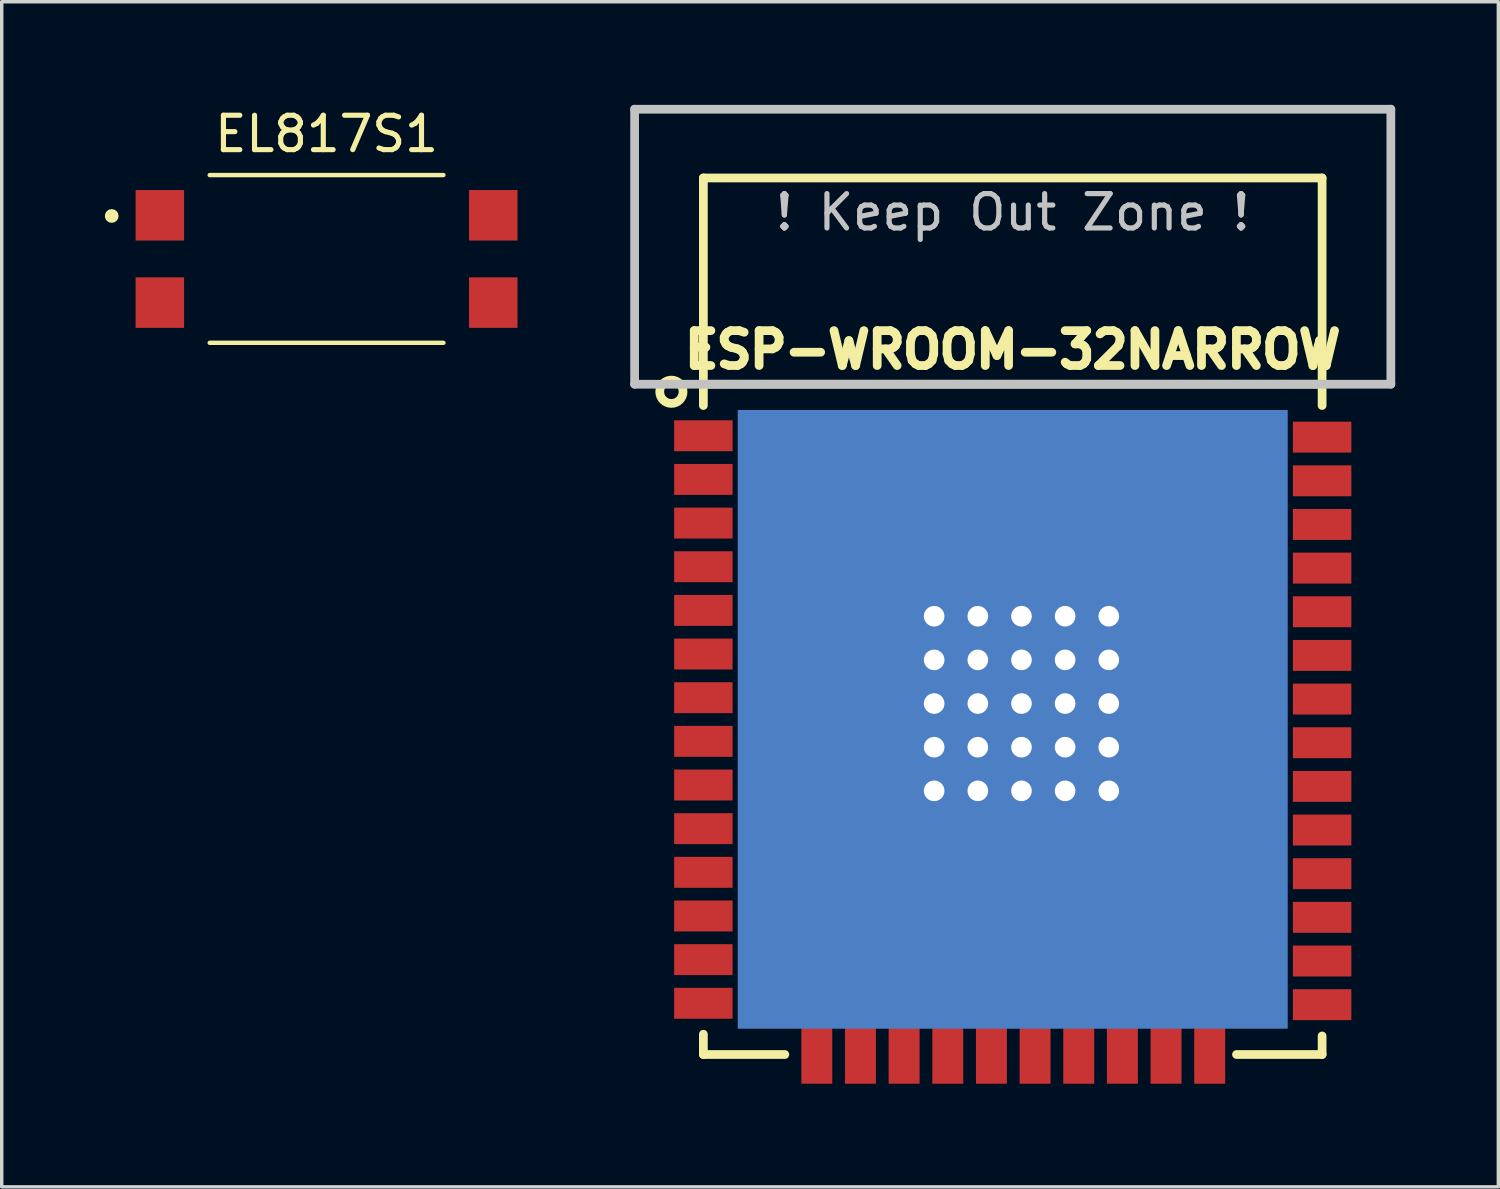
<source format=kicad_pcb>
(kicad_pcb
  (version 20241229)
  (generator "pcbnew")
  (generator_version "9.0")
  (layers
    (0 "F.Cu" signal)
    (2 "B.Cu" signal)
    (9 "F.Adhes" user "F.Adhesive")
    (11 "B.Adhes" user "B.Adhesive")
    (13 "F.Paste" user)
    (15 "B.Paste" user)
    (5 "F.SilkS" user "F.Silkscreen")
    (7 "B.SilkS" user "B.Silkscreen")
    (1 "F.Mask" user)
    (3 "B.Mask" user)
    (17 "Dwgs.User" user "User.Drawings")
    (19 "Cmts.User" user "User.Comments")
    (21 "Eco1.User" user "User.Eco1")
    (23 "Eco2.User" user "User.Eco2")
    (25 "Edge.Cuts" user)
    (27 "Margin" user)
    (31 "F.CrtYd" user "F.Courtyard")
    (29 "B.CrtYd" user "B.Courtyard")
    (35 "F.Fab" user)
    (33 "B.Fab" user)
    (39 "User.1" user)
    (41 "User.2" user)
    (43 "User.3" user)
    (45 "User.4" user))
  (footprint "EL817S1"
    (layer "F.Cu")
    (at 6.45 4.483)
    (property "Reference" "EL817S1" (at 0 -3.635 0) (layer "F.SilkS") (effects (font (size 1 1) (thickness 0.15))))
    (attr smd)
    (fp_line (start -3.4 -2.44) (end 3.4 -2.44) (stroke (width 0.127) (type solid)) (layer "F.SilkS"))
    (fp_line (start 3.4 2.44) (end -3.4 2.44) (stroke (width 0.127) (type solid)) (layer "F.SilkS"))
    (fp_circle (center -6.25 -1.25) (end -6.15 -1.25) (stroke (width 0.2) (type solid)) (fill no) (layer "F.SilkS"))
    (fp_line (start -5.81 -2.69) (end 5.81 -2.69) (stroke (width 0.05) (type solid)) (layer "Eco1.User"))
    (fp_line (start -5.81 2.69) (end -5.81 -2.69) (stroke (width 0.05) (type solid)) (layer "Eco1.User"))
    (fp_line (start 5.81 -2.69) (end 5.81 2.69) (stroke (width 0.05) (type solid)) (layer "Eco1.User"))
    (fp_line (start 5.81 2.69) (end -5.81 2.69) (stroke (width 0.05) (type solid)) (layer "Eco1.User"))
    (fp_line (start -3.4 -2.44) (end -3.4 2.44) (stroke (width 0.127) (type solid)) (layer "Eco2.User"))
    (fp_line (start -3.4 2.44) (end 3.4 2.44) (stroke (width 0.127) (type solid)) (layer "Eco2.User"))
    (fp_line (start 3.4 -2.44) (end -3.4 -2.44) (stroke (width 0.127) (type solid)) (layer "Eco2.User"))
    (fp_line (start 3.4 2.44) (end 3.4 -2.44) (stroke (width 0.127) (type solid)) (layer "Eco2.User"))
    (fp_circle (center -6.25 -1.25) (end -6.15 -1.25) (stroke (width 0.2) (type solid)) (fill no) (layer "Eco2.User"))
    (pad "1" smd rect (at -4.85 -1.27) (size 1.41 1.47) (layers "F.Cu" "F.Mask" "F.Paste"))
    (pad "2" smd rect (at -4.85 1.27) (size 1.41 1.47) (layers "F.Cu" "F.Mask" "F.Paste"))
    (pad "3" smd rect (at 4.85 1.27 180) (size 1.41 1.47) (layers "F.Cu" "F.Mask" "F.Paste"))
    (pad "4" smd rect (at 4.85 -1.27 180) (size 1.41 1.47) (layers "F.Cu" "F.Mask" "F.Paste")))
  (footprint "ESP-WROOM-32NARROW"
    (layer "F.Cu")
    (at 26.412 14.877)
    (property "Reference" "ESP-WROOM-32NARROW" (at 0 -7.75 0) (layer "F.SilkS") (effects (font (size 1.016 1.016) (thickness 0.254))))
    (attr through_hole)
    (fp_line (start -9 -12.75) (end -9 -6.13) (stroke (width 0.254) (type solid)) (layer "F.SilkS"))
    (fp_line (start -9 -12.75) (end 9 -12.75) (stroke (width 0.254) (type solid)) (layer "F.SilkS"))
    (fp_line (start -9 -6.75) (end 9 -6.75) (stroke (width 0.254) (type solid)) (layer "F.SilkS"))
    (fp_line (start -9 12.75) (end -9 12.16) (stroke (width 0.254) (type solid)) (layer "F.SilkS"))
    (fp_line (start -9 12.75) (end -6.63 12.75) (stroke (width 0.254) (type solid)) (layer "F.SilkS"))
    (fp_line (start 9 -12.75) (end 9 -6.13) (stroke (width 0.254) (type solid)) (layer "F.SilkS"))
    (fp_line (start 9 12.75) (end 6.51 12.75) (stroke (width 0.254) (type solid)) (layer "F.SilkS"))
    (fp_line (start 9 12.75) (end 9 12.21) (stroke (width 0.254) (type solid)) (layer "F.SilkS"))
    (fp_circle (center -9.93 -6.53) (end -9.69 -6.77) (stroke (width 0.254) (type solid)) (fill no) (layer "F.SilkS"))
    (fp_line (start -11 -14.75) (end 11 -14.75) (stroke (width 0.254) (type solid)) (layer "Dwgs.User"))
    (fp_line (start -11 -6.75) (end -11 -14.75) (stroke (width 0.254) (type solid)) (layer "Dwgs.User"))
    (fp_line (start -11 -6.75) (end 11 -6.75) (stroke (width 0.254) (type solid)) (layer "Dwgs.User"))
    (fp_line (start 11 -14.75) (end 11 -6.75) (stroke (width 0.254) (type solid)) (layer "Dwgs.User"))
    (fp_text user "! Keep Out Zone !" (at 0 -11.75 0) (layer "Dwgs.User") (effects (font (size 1 1) (thickness 0.15))))
    (pad "" smd rect (at -0.999 1.066) (size 1.4 1.4) (layers "F.Paste"))
    (pad "" smd rect (at -0.974 3.733) (size 1.4 1.4) (layers "F.Paste"))
    (pad "" smd rect (at 1.541 1.066) (size 1.4 1.4) (layers "F.Paste"))
    (pad "" smd rect (at 1.566 3.733) (size 1.4 1.4) (layers "F.Paste"))
    (pad "1" smd rect (at -9 -5.25) (size 1.7 0.9) (layers "F.Cu" "F.Mask" "F.Paste"))
    (pad "2" smd rect (at -9 -3.98) (size 1.7 0.9) (layers "F.Cu" "F.Mask" "F.Paste"))
    (pad "3" smd rect (at -9 -2.71) (size 1.7 0.9) (layers "F.Cu" "F.Mask" "F.Paste"))
    (pad "4" smd rect (at -9 -1.44) (size 1.7 0.9) (layers "F.Cu" "F.Mask" "F.Paste"))
    (pad "5" smd rect (at -9 -0.17) (size 1.7 0.9) (layers "F.Cu" "F.Mask" "F.Paste"))
    (pad "6" smd rect (at -9 1.1) (size 1.7 0.9) (layers "F.Cu" "F.Mask" "F.Paste"))
    (pad "7" smd rect (at -9 2.37) (size 1.7 0.9) (layers "F.Cu" "F.Mask" "F.Paste"))
    (pad "8" smd rect (at -9 3.64) (size 1.7 0.9) (layers "F.Cu" "F.Mask" "F.Paste"))
    (pad "9" smd rect (at -9 4.91) (size 1.7 0.9) (layers "F.Cu" "F.Mask" "F.Paste"))
    (pad "10" smd rect (at -9 6.18) (size 1.7 0.9) (layers "F.Cu" "F.Mask" "F.Paste"))
    (pad "11" smd rect (at -9 7.45) (size 1.7 0.9) (layers "F.Cu" "F.Mask" "F.Paste"))
    (pad "12" smd rect (at -9 8.72) (size 1.7 0.9) (layers "F.Cu" "F.Mask" "F.Paste"))
    (pad "13" smd rect (at -9 9.99) (size 1.7 0.9) (layers "F.Cu" "F.Mask" "F.Paste"))
    (pad "14" smd rect (at -9 11.26) (size 1.7 0.9) (layers "F.Cu" "F.Mask" "F.Paste"))
    (pad "15" smd rect (at -5.7 12.75) (size 0.9 1.7) (layers "F.Cu" "F.Mask" "F.Paste"))
    (pad "16" smd rect (at -4.43 12.75) (size 0.9 1.7) (layers "F.Cu" "F.Mask" "F.Paste"))
    (pad "17" smd rect (at -3.16 12.75) (size 0.9 1.7) (layers "F.Cu" "F.Mask" "F.Paste"))
    (pad "18" smd rect (at -1.89 12.75) (size 0.9 1.7) (layers "F.Cu" "F.Mask" "F.Paste"))
    (pad "19" smd rect (at -0.62 12.75) (size 0.9 1.7) (layers "F.Cu" "F.Mask" "F.Paste"))
    (pad "20" smd rect (at 0.65 12.75) (size 0.9 1.7) (layers "F.Cu" "F.Mask" "F.Paste"))
    (pad "21" smd rect (at 1.92 12.75) (size 0.9 1.7) (layers "F.Cu" "F.Mask" "F.Paste"))
    (pad "22" smd rect (at 3.19 12.75) (size 0.9 1.7) (layers "F.Cu" "F.Mask" "F.Paste"))
    (pad "23" smd rect (at 4.46 12.75) (size 0.9 1.7) (layers "F.Cu" "F.Mask" "F.Paste"))
    (pad "24" smd rect (at 5.73 12.75) (size 0.9 1.7) (layers "F.Cu" "F.Mask" "F.Paste"))
    (pad "25" smd rect (at 9 11.3) (size 1.7 0.9) (layers "F.Cu" "F.Mask" "F.Paste"))
    (pad "26" smd rect (at 9 10.03) (size 1.7 0.9) (layers "F.Cu" "F.Mask" "F.Paste"))
    (pad "27" smd rect (at 9 8.76) (size 1.7 0.9) (layers "F.Cu" "F.Mask" "F.Paste"))
    (pad "28" smd rect (at 9 7.49) (size 1.7 0.9) (layers "F.Cu" "F.Mask" "F.Paste"))
    (pad "29" smd rect (at 9 6.22) (size 1.7 0.9) (layers "F.Cu" "F.Mask" "F.Paste"))
    (pad "30" smd rect (at 9 4.95) (size 1.7 0.9) (layers "F.Cu" "F.Mask" "F.Paste"))
    (pad "31" smd rect (at 9 3.68) (size 1.7 0.9) (layers "F.Cu" "F.Mask" "F.Paste"))
    (pad "32" smd rect (at 9 2.41) (size 1.7 0.9) (layers "F.Cu" "F.Mask" "F.Paste"))
    (pad "33" smd rect (at 9 1.14) (size 1.7 0.9) (layers "F.Cu" "F.Mask" "F.Paste"))
    (pad "34" smd rect (at 9 -0.13) (size 1.7 0.9) (layers "F.Cu" "F.Mask" "F.Paste"))
    (pad "35" smd rect (at 9 -1.4) (size 1.7 0.9) (layers "F.Cu" "F.Mask" "F.Paste"))
    (pad "36" smd rect (at 9 -2.67) (size 1.7 0.9) (layers "F.Cu" "F.Mask" "F.Paste"))
    (pad "37" smd rect (at 9 -3.94) (size 1.7 0.9) (layers "F.Cu" "F.Mask" "F.Paste"))
    (pad "38" smd rect (at 9 -5.21) (size 1.7 0.9) (layers "F.Cu" "F.Mask" "F.Paste"))
    (pad "39" thru_hole circle (at -2.286 0) (size 0.7 0.7) (drill 0.6) (layers "*.Cu" "F.Mask"))
    (pad "39" thru_hole circle (at -2.286 1.27) (size 0.7 0.7) (drill 0.6) (layers "*.Cu" "F.Mask"))
    (pad "39" thru_hole circle (at -2.286 2.54) (size 0.7 0.7) (drill 0.6) (layers "*.Cu" "F.Mask"))
    (pad "39" thru_hole circle (at -2.286 3.81) (size 0.7 0.7) (drill 0.6) (layers "*.Cu" "F.Mask"))
    (pad "39" thru_hole circle (at -2.286 5.08) (size 0.7 0.7) (drill 0.6) (layers "*.Cu" "F.Mask"))
    (pad "39" thru_hole circle (at -1.016 0) (size 0.7 0.7) (drill 0.6) (layers "*.Cu" "F.Mask"))
    (pad "39" thru_hole circle (at -1.016 1.27) (size 0.7 0.7) (drill 0.6) (layers "*.Cu" "F.Mask"))
    (pad "39" thru_hole circle (at -1.016 2.54) (size 0.7 0.7) (drill 0.6) (layers "*.Cu" "F.Mask"))
    (pad "39" thru_hole circle (at -1.016 3.81) (size 0.7 0.7) (drill 0.6) (layers "*.Cu" "F.Mask"))
    (pad "39" thru_hole circle (at -1.016 5.08) (size 0.7 0.7) (drill 0.6) (layers "*.Cu" "F.Mask"))
    (pad "39" smd rect (at 0 3) (size 16 18) (layers "B.Cu"))
    (pad "39" thru_hole circle (at 0.254 0) (size 0.7 0.7) (drill 0.6) (layers "*.Cu" "F.Mask"))
    (pad "39" thru_hole circle (at 0.254 1.27) (size 0.7 0.7) (drill 0.6) (layers "*.Cu" "F.Mask"))
    (pad "39" thru_hole circle (at 0.254 2.54) (size 0.7 0.7) (drill 0.6) (layers "*.Cu" "F.Mask"))
    (pad "39" thru_hole circle (at 0.254 3.81) (size 0.7 0.7) (drill 0.6) (layers "*.Cu" "F.Mask"))
    (pad "39" thru_hole circle (at 0.254 5.08) (size 0.7 0.7) (drill 0.6) (layers "*.Cu" "F.Mask"))
    (pad "39" smd rect (at 0.3 2.45) (size 6 6) (layers "F.Cu" "F.Mask"))
    (pad "39" thru_hole circle (at 1.524 0) (size 0.7 0.7) (drill 0.6) (layers "*.Cu" "F.Mask"))
    (pad "39" thru_hole circle (at 1.524 1.27) (size 0.7 0.7) (drill 0.6) (layers "*.Cu" "F.Mask"))
    (pad "39" thru_hole circle (at 1.524 2.54) (size 0.7 0.7) (drill 0.6) (layers "*.Cu" "F.Mask"))
    (pad "39" thru_hole circle (at 1.524 3.81) (size 0.7 0.7) (drill 0.6) (layers "*.Cu" "F.Mask"))
    (pad "39" thru_hole circle (at 1.524 5.08) (size 0.7 0.7) (drill 0.6) (layers "*.Cu" "F.Mask"))
    (pad "39" thru_hole circle (at 2.794 0) (size 0.7 0.7) (drill 0.6) (layers "*.Cu" "F.Mask"))
    (pad "39" thru_hole circle (at 2.794 1.27) (size 0.7 0.7) (drill 0.6) (layers "*.Cu" "F.Mask"))
    (pad "39" thru_hole circle (at 2.794 2.54) (size 0.7 0.7) (drill 0.6) (layers "*.Cu" "F.Mask"))
    (pad "39" thru_hole circle (at 2.794 3.81) (size 0.7 0.7) (drill 0.6) (layers "*.Cu" "F.Mask"))
    (pad "39" thru_hole circle (at 2.794 5.08) (size 0.7 0.7) (drill 0.6) (layers "*.Cu" "F.Mask")))
  (gr_rect
    (start -3 -3)
    (end 40.539 31.477)
    (stroke (width 0.1) (type default))
    (fill no)
    (layer "Edge.Cuts")))
</source>
